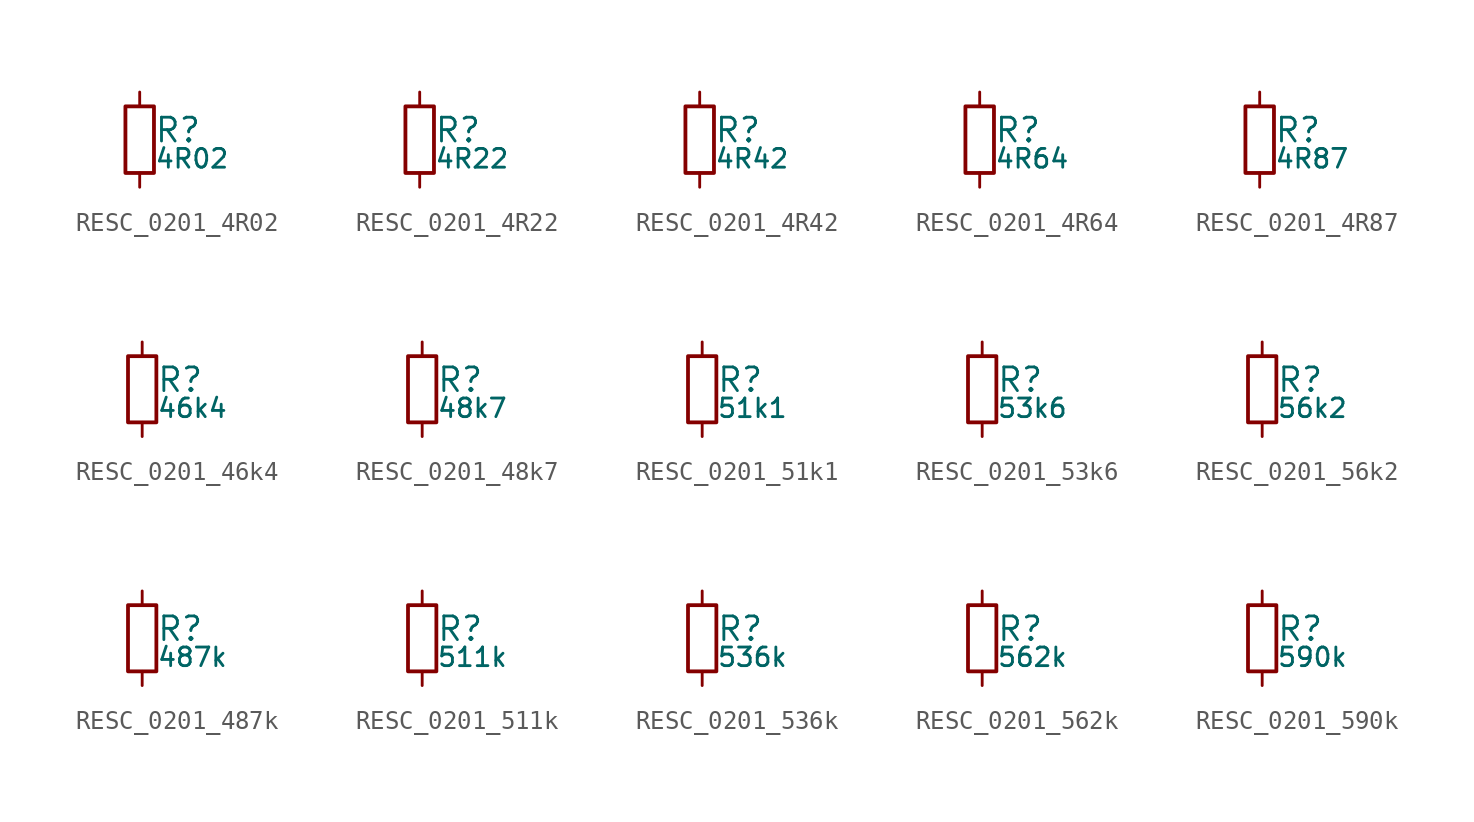
<source format=kicad_sym>
(kicad_symbol_lib
  (version 20211014)
  (generator kicad_LibGenerator)
  (symbol "RESC_0201_4R02"
    (pin_numbers hide)
    (pin_names
      (offset 0.254) hide)
    (property "Reference" "R"
      (at 0.762 0.508 0)
      (effects (font (size 1.27 1.27)) (justify left)))
    (property "Value" "4R02"
      (at 0.762 -1.016 0)
      (effects (font (size 1.00 1.00)) (justify left)))
    (symbol "RESC_0201_4R02_0_1"
      (rectangle (start -0.762 1.778) (end 0.762 -1.778) (stroke (width 0.203) (type default) (color 0 0 0 0)) (fill (type none))))
    (symbol "RESC_0201_4R02_1_1"
      (pin passive line (at 0 2.54 270) (length 0.762) (name "~" (effects (font (size 1.27 1.27)))) (number "1" (effects (font (size 1.27 1.27)))))
      (pin passive line (at 0 -2.54 90) (length 0.762) (name "~" (effects (font (size 1.27 1.27)))) (number "2" (effects (font (size 1.27 1.27)))))))
  (symbol "RESC_0201_4R22"
    (pin_numbers hide)
    (pin_names
      (offset 0.254) hide)
    (property "Reference" "R"
      (at 0.762 0.508 0)
      (effects (font (size 1.27 1.27)) (justify left)))
    (property "Value" "4R22"
      (at 0.762 -1.016 0)
      (effects (font (size 1.00 1.00)) (justify left)))
    (symbol "RESC_0201_4R22_0_1"
      (rectangle (start -0.762 1.778) (end 0.762 -1.778) (stroke (width 0.203) (type default) (color 0 0 0 0)) (fill (type none))))
    (symbol "RESC_0201_4R22_1_1"
      (pin passive line (at 0 2.54 270) (length 0.762) (name "~" (effects (font (size 1.27 1.27)))) (number "1" (effects (font (size 1.27 1.27)))))
      (pin passive line (at 0 -2.54 90) (length 0.762) (name "~" (effects (font (size 1.27 1.27)))) (number "2" (effects (font (size 1.27 1.27)))))))
  (symbol "RESC_0201_4R42"
    (pin_numbers hide)
    (pin_names
      (offset 0.254) hide)
    (property "Reference" "R"
      (at 0.762 0.508 0)
      (effects (font (size 1.27 1.27)) (justify left)))
    (property "Value" "4R42"
      (at 0.762 -1.016 0)
      (effects (font (size 1.00 1.00)) (justify left)))
    (symbol "RESC_0201_4R42_0_1"
      (rectangle (start -0.762 1.778) (end 0.762 -1.778) (stroke (width 0.203) (type default) (color 0 0 0 0)) (fill (type none))))
    (symbol "RESC_0201_4R42_1_1"
      (pin passive line (at 0 2.54 270) (length 0.762) (name "~" (effects (font (size 1.27 1.27)))) (number "1" (effects (font (size 1.27 1.27)))))
      (pin passive line (at 0 -2.54 90) (length 0.762) (name "~" (effects (font (size 1.27 1.27)))) (number "2" (effects (font (size 1.27 1.27)))))))
  (symbol "RESC_0201_4R64"
    (pin_numbers hide)
    (pin_names
      (offset 0.254) hide)
    (property "Reference" "R"
      (at 0.762 0.508 0)
      (effects (font (size 1.27 1.27)) (justify left)))
    (property "Value" "4R64"
      (at 0.762 -1.016 0)
      (effects (font (size 1.00 1.00)) (justify left)))
    (symbol "RESC_0201_4R64_0_1"
      (rectangle (start -0.762 1.778) (end 0.762 -1.778) (stroke (width 0.203) (type default) (color 0 0 0 0)) (fill (type none))))
    (symbol "RESC_0201_4R64_1_1"
      (pin passive line (at 0 2.54 270) (length 0.762) (name "~" (effects (font (size 1.27 1.27)))) (number "1" (effects (font (size 1.27 1.27)))))
      (pin passive line (at 0 -2.54 90) (length 0.762) (name "~" (effects (font (size 1.27 1.27)))) (number "2" (effects (font (size 1.27 1.27)))))))
  (symbol "RESC_0201_4R87"
    (pin_numbers hide)
    (pin_names
      (offset 0.254) hide)
    (property "Reference" "R"
      (at 0.762 0.508 0)
      (effects (font (size 1.27 1.27)) (justify left)))
    (property "Value" "4R87"
      (at 0.762 -1.016 0)
      (effects (font (size 1.00 1.00)) (justify left)))
    (symbol "RESC_0201_4R87_0_1"
      (rectangle (start -0.762 1.778) (end 0.762 -1.778) (stroke (width 0.203) (type default) (color 0 0 0 0)) (fill (type none))))
    (symbol "RESC_0201_4R87_1_1"
      (pin passive line (at 0 2.54 270) (length 0.762) (name "~" (effects (font (size 1.27 1.27)))) (number "1" (effects (font (size 1.27 1.27)))))
      (pin passive line (at 0 -2.54 90) (length 0.762) (name "~" (effects (font (size 1.27 1.27)))) (number "2" (effects (font (size 1.27 1.27)))))))
  (symbol "RESC_0201_46k4"
    (pin_numbers hide)
    (pin_names
      (offset 0.254) hide)
    (property "Reference" "R"
      (at 0.762 0.508 0)
      (effects (font (size 1.27 1.27)) (justify left)))
    (property "Value" "46k4"
      (at 0.762 -1.016 0)
      (effects (font (size 1.00 1.00)) (justify left)))
    (symbol "RESC_0201_46k4_0_1"
      (rectangle (start -0.762 1.778) (end 0.762 -1.778) (stroke (width 0.203) (type default) (color 0 0 0 0)) (fill (type none))))
    (symbol "RESC_0201_46k4_1_1"
      (pin passive line (at 0 2.54 270) (length 0.762) (name "~" (effects (font (size 1.27 1.27)))) (number "1" (effects (font (size 1.27 1.27)))))
      (pin passive line (at 0 -2.54 90) (length 0.762) (name "~" (effects (font (size 1.27 1.27)))) (number "2" (effects (font (size 1.27 1.27)))))))
  (symbol "RESC_0201_48k7"
    (pin_numbers hide)
    (pin_names
      (offset 0.254) hide)
    (property "Reference" "R"
      (at 0.762 0.508 0)
      (effects (font (size 1.27 1.27)) (justify left)))
    (property "Value" "48k7"
      (at 0.762 -1.016 0)
      (effects (font (size 1.00 1.00)) (justify left)))
    (symbol "RESC_0201_48k7_0_1"
      (rectangle (start -0.762 1.778) (end 0.762 -1.778) (stroke (width 0.203) (type default) (color 0 0 0 0)) (fill (type none))))
    (symbol "RESC_0201_48k7_1_1"
      (pin passive line (at 0 2.54 270) (length 0.762) (name "~" (effects (font (size 1.27 1.27)))) (number "1" (effects (font (size 1.27 1.27)))))
      (pin passive line (at 0 -2.54 90) (length 0.762) (name "~" (effects (font (size 1.27 1.27)))) (number "2" (effects (font (size 1.27 1.27)))))))
  (symbol "RESC_0201_51k1"
    (pin_numbers hide)
    (pin_names
      (offset 0.254) hide)
    (property "Reference" "R"
      (at 0.762 0.508 0)
      (effects (font (size 1.27 1.27)) (justify left)))
    (property "Value" "51k1"
      (at 0.762 -1.016 0)
      (effects (font (size 1.00 1.00)) (justify left)))
    (symbol "RESC_0201_51k1_0_1"
      (rectangle (start -0.762 1.778) (end 0.762 -1.778) (stroke (width 0.203) (type default) (color 0 0 0 0)) (fill (type none))))
    (symbol "RESC_0201_51k1_1_1"
      (pin passive line (at 0 2.54 270) (length 0.762) (name "~" (effects (font (size 1.27 1.27)))) (number "1" (effects (font (size 1.27 1.27)))))
      (pin passive line (at 0 -2.54 90) (length 0.762) (name "~" (effects (font (size 1.27 1.27)))) (number "2" (effects (font (size 1.27 1.27)))))))
  (symbol "RESC_0201_53k6"
    (pin_numbers hide)
    (pin_names
      (offset 0.254) hide)
    (property "Reference" "R"
      (at 0.762 0.508 0)
      (effects (font (size 1.27 1.27)) (justify left)))
    (property "Value" "53k6"
      (at 0.762 -1.016 0)
      (effects (font (size 1.00 1.00)) (justify left)))
    (symbol "RESC_0201_53k6_0_1"
      (rectangle (start -0.762 1.778) (end 0.762 -1.778) (stroke (width 0.203) (type default) (color 0 0 0 0)) (fill (type none))))
    (symbol "RESC_0201_53k6_1_1"
      (pin passive line (at 0 2.54 270) (length 0.762) (name "~" (effects (font (size 1.27 1.27)))) (number "1" (effects (font (size 1.27 1.27)))))
      (pin passive line (at 0 -2.54 90) (length 0.762) (name "~" (effects (font (size 1.27 1.27)))) (number "2" (effects (font (size 1.27 1.27)))))))
  (symbol "RESC_0201_56k2"
    (pin_numbers hide)
    (pin_names
      (offset 0.254) hide)
    (property "Reference" "R"
      (at 0.762 0.508 0)
      (effects (font (size 1.27 1.27)) (justify left)))
    (property "Value" "56k2"
      (at 0.762 -1.016 0)
      (effects (font (size 1.00 1.00)) (justify left)))
    (symbol "RESC_0201_56k2_0_1"
      (rectangle (start -0.762 1.778) (end 0.762 -1.778) (stroke (width 0.203) (type default) (color 0 0 0 0)) (fill (type none))))
    (symbol "RESC_0201_56k2_1_1"
      (pin passive line (at 0 2.54 270) (length 0.762) (name "~" (effects (font (size 1.27 1.27)))) (number "1" (effects (font (size 1.27 1.27)))))
      (pin passive line (at 0 -2.54 90) (length 0.762) (name "~" (effects (font (size 1.27 1.27)))) (number "2" (effects (font (size 1.27 1.27)))))))
  (symbol "RESC_0201_487k"
    (pin_numbers hide)
    (pin_names
      (offset 0.254) hide)
    (property "Reference" "R"
      (at 0.762 0.508 0)
      (effects (font (size 1.27 1.27)) (justify left)))
    (property "Value" "487k"
      (at 0.762 -1.016 0)
      (effects (font (size 1.00 1.00)) (justify left)))
    (symbol "RESC_0201_487k_0_1"
      (rectangle (start -0.762 1.778) (end 0.762 -1.778) (stroke (width 0.203) (type default) (color 0 0 0 0)) (fill (type none))))
    (symbol "RESC_0201_487k_1_1"
      (pin passive line (at 0 2.54 270) (length 0.762) (name "~" (effects (font (size 1.27 1.27)))) (number "1" (effects (font (size 1.27 1.27)))))
      (pin passive line (at 0 -2.54 90) (length 0.762) (name "~" (effects (font (size 1.27 1.27)))) (number "2" (effects (font (size 1.27 1.27)))))))
  (symbol "RESC_0201_511k"
    (pin_numbers hide)
    (pin_names
      (offset 0.254) hide)
    (property "Reference" "R"
      (at 0.762 0.508 0)
      (effects (font (size 1.27 1.27)) (justify left)))
    (property "Value" "511k"
      (at 0.762 -1.016 0)
      (effects (font (size 1.00 1.00)) (justify left)))
    (symbol "RESC_0201_511k_0_1"
      (rectangle (start -0.762 1.778) (end 0.762 -1.778) (stroke (width 0.203) (type default) (color 0 0 0 0)) (fill (type none))))
    (symbol "RESC_0201_511k_1_1"
      (pin passive line (at 0 2.54 270) (length 0.762) (name "~" (effects (font (size 1.27 1.27)))) (number "1" (effects (font (size 1.27 1.27)))))
      (pin passive line (at 0 -2.54 90) (length 0.762) (name "~" (effects (font (size 1.27 1.27)))) (number "2" (effects (font (size 1.27 1.27)))))))
  (symbol "RESC_0201_536k"
    (pin_numbers hide)
    (pin_names
      (offset 0.254) hide)
    (property "Reference" "R"
      (at 0.762 0.508 0)
      (effects (font (size 1.27 1.27)) (justify left)))
    (property "Value" "536k"
      (at 0.762 -1.016 0)
      (effects (font (size 1.00 1.00)) (justify left)))
    (symbol "RESC_0201_536k_0_1"
      (rectangle (start -0.762 1.778) (end 0.762 -1.778) (stroke (width 0.203) (type default) (color 0 0 0 0)) (fill (type none))))
    (symbol "RESC_0201_536k_1_1"
      (pin passive line (at 0 2.54 270) (length 0.762) (name "~" (effects (font (size 1.27 1.27)))) (number "1" (effects (font (size 1.27 1.27)))))
      (pin passive line (at 0 -2.54 90) (length 0.762) (name "~" (effects (font (size 1.27 1.27)))) (number "2" (effects (font (size 1.27 1.27)))))))
  (symbol "RESC_0201_562k"
    (pin_numbers hide)
    (pin_names
      (offset 0.254) hide)
    (property "Reference" "R"
      (at 0.762 0.508 0)
      (effects (font (size 1.27 1.27)) (justify left)))
    (property "Value" "562k"
      (at 0.762 -1.016 0)
      (effects (font (size 1.00 1.00)) (justify left)))
    (symbol "RESC_0201_562k_0_1"
      (rectangle (start -0.762 1.778) (end 0.762 -1.778) (stroke (width 0.203) (type default) (color 0 0 0 0)) (fill (type none))))
    (symbol "RESC_0201_562k_1_1"
      (pin passive line (at 0 2.54 270) (length 0.762) (name "~" (effects (font (size 1.27 1.27)))) (number "1" (effects (font (size 1.27 1.27)))))
      (pin passive line (at 0 -2.54 90) (length 0.762) (name "~" (effects (font (size 1.27 1.27)))) (number "2" (effects (font (size 1.27 1.27)))))))
  (symbol "RESC_0201_590k"
    (pin_numbers hide)
    (pin_names
      (offset 0.254) hide)
    (property "Reference" "R"
      (at 0.762 0.508 0)
      (effects (font (size 1.27 1.27)) (justify left)))
    (property "Value" "590k"
      (at 0.762 -1.016 0)
      (effects (font (size 1.00 1.00)) (justify left)))
    (symbol "RESC_0201_590k_0_1"
      (rectangle (start -0.762 1.778) (end 0.762 -1.778) (stroke (width 0.203) (type default) (color 0 0 0 0)) (fill (type none))))
    (symbol "RESC_0201_590k_1_1"
      (pin passive line (at 0 2.54 270) (length 0.762) (name "~" (effects (font (size 1.27 1.27)))) (number "1" (effects (font (size 1.27 1.27)))))
      (pin passive line (at 0 -2.54 90) (length 0.762) (name "~" (effects (font (size 1.27 1.27)))) (number "2" (effects (font (size 1.27 1.27))))))))
</source>
